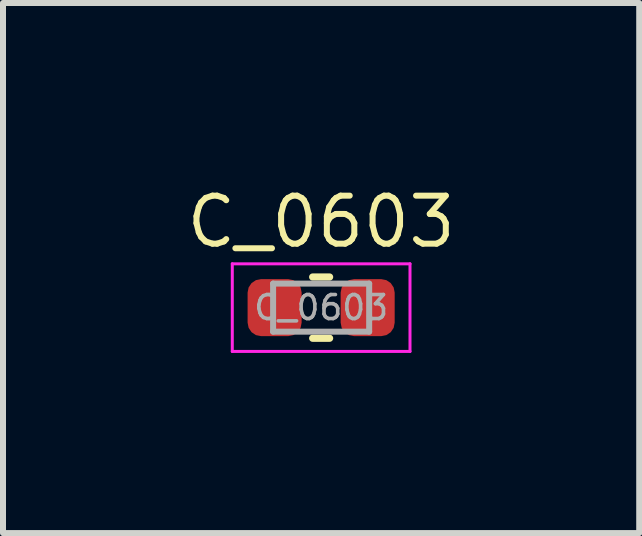
<source format=kicad_pcb>
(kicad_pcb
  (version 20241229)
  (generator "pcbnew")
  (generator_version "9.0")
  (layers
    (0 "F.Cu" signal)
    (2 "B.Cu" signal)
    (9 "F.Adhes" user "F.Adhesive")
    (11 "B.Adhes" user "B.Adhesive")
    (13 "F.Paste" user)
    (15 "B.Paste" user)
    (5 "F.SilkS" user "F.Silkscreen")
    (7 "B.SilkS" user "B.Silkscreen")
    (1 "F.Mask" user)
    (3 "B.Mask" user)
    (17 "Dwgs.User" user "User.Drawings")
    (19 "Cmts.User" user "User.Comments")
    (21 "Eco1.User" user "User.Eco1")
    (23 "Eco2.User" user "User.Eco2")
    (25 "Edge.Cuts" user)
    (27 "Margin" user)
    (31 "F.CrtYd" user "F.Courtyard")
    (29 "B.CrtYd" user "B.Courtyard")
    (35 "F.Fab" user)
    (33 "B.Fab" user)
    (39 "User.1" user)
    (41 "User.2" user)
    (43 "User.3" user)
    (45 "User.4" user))
  (footprint "C_0603"
    (layer "F.Cu")
    (at 2.299 2.074)
    (property "Reference" "C_0603" (at 0 -1.43 0) (layer "F.SilkS") (effects (font (size 0.8 0.8) (thickness 0.1))))
    (attr smd)
    (fp_line (start -0.141 -0.51) (end 0.141 -0.51) (stroke (width 0.12) (type solid)) (layer "F.SilkS"))
    (fp_line (start -0.141 0.51) (end 0.141 0.51) (stroke (width 0.12) (type solid)) (layer "F.SilkS"))
    (fp_line (start -1.48 -0.73) (end 1.48 -0.73) (stroke (width 0.05) (type solid)) (layer "F.CrtYd"))
    (fp_line (start -1.48 0.73) (end -1.48 -0.73) (stroke (width 0.05) (type solid)) (layer "F.CrtYd"))
    (fp_line (start 1.48 -0.73) (end 1.48 0.73) (stroke (width 0.05) (type solid)) (layer "F.CrtYd"))
    (fp_line (start 1.48 0.73) (end -1.48 0.73) (stroke (width 0.05) (type solid)) (layer "F.CrtYd"))
    (fp_line (start -0.8 -0.4) (end 0.8 -0.4) (stroke (width 0.1) (type solid)) (layer "F.Fab"))
    (fp_line (start -0.8 0.4) (end -0.8 -0.4) (stroke (width 0.1) (type solid)) (layer "F.Fab"))
    (fp_line (start 0.8 -0.4) (end 0.8 0.4) (stroke (width 0.1) (type solid)) (layer "F.Fab"))
    (fp_line (start 0.8 0.4) (end -0.8 0.4) (stroke (width 0.1) (type solid)) (layer "F.Fab"))
    (fp_text user "${REFERENCE}" (at 0 0 0) (layer "F.Fab") (effects (font (size 0.4 0.4) (thickness 0.06))))
    (pad "1" smd roundrect (at -0.775 0) (size 0.9 0.95) (layers "F.Cu" "F.Mask" "F.Paste") (roundrect_rratio 0.25))
    (pad "2" smd roundrect (at 0.775 0) (size 0.9 0.95) (layers "F.Cu" "F.Mask" "F.Paste") (roundrect_rratio 0.25)))
  (gr_rect
    (start -3 -3)
    (end 7.597 5.829)
    (stroke (width 0.1) (type default))
    (fill no)
    (layer "Edge.Cuts")))
</source>
